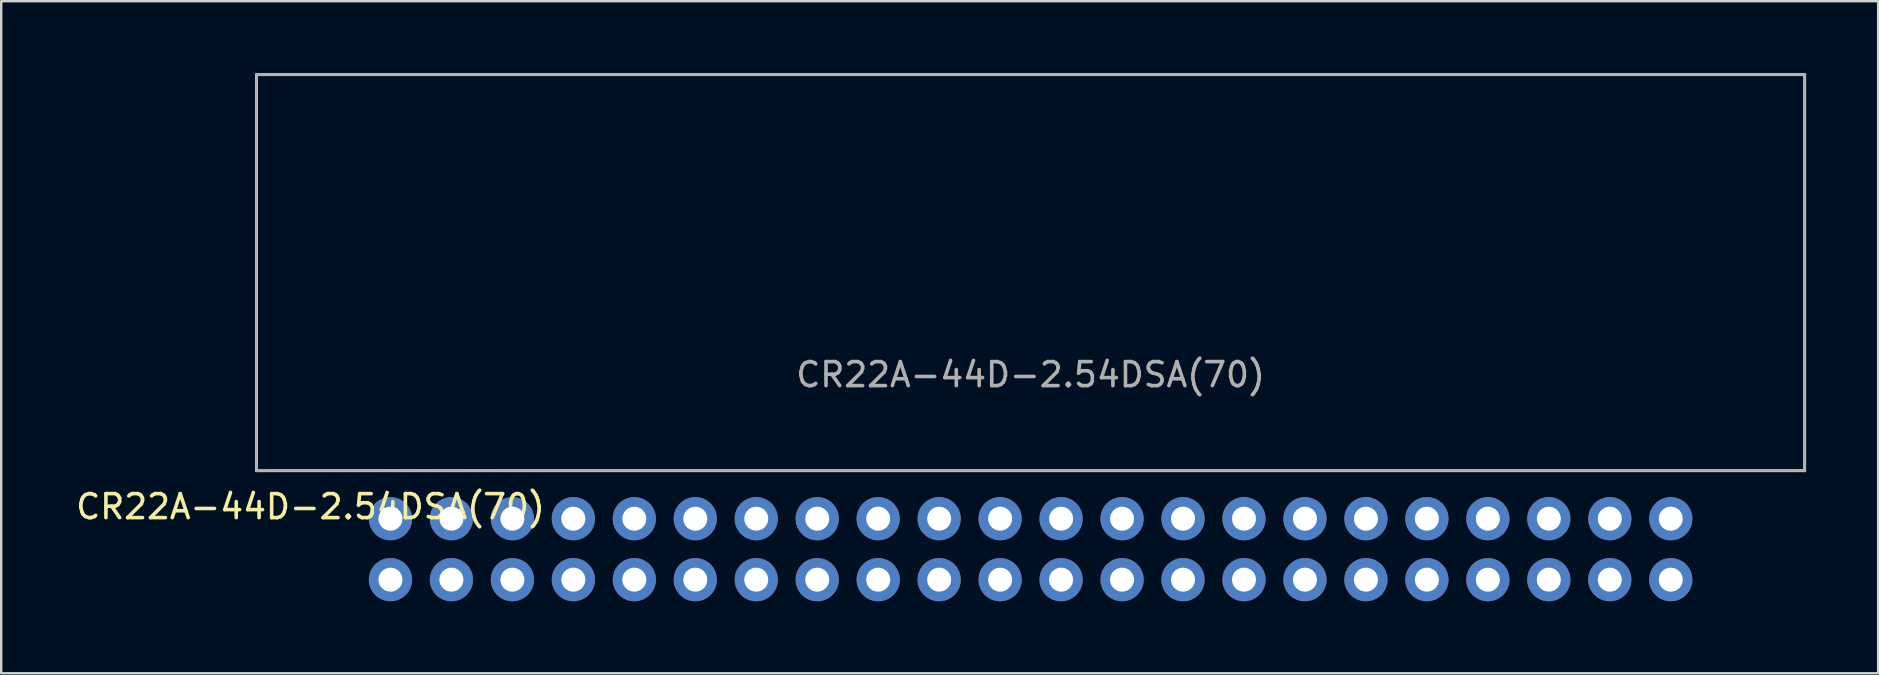
<source format=kicad_pcb>
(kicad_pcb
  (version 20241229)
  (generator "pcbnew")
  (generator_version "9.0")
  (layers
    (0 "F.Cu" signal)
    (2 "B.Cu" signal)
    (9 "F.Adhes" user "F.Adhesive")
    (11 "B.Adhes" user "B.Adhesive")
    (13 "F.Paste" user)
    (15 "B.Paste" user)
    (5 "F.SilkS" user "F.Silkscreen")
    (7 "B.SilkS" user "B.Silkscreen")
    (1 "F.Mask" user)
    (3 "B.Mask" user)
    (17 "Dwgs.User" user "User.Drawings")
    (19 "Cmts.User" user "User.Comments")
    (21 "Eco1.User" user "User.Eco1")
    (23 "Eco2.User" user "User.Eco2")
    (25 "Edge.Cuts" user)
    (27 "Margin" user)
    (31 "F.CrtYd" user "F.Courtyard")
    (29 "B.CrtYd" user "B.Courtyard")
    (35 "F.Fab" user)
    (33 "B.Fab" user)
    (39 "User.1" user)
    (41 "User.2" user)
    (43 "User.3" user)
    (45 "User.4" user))
  (footprint "CR22A-44D-2.54DSA(70)"
    (layer "F.Cu")
    (at 39.887 18.56)
    (property "Reference" "CR22A-44D-2.54DSA(70)" (at -30 -0.5 0) (unlocked yes) (layer "F.SilkS") (effects (font (size 1 1) (thickness 0.15))))
    (attr through_hole)
    (fp_line (start -32.25 -18.5) (end -32.25 -2) (stroke (width 0.12) (type solid)) (layer "F.SilkS"))
    (fp_line (start -32.25 -18.5) (end 32.25 -18.5) (stroke (width 0.12) (type solid)) (layer "F.SilkS"))
    (fp_line (start -32.25 -2) (end 32.25 -2) (stroke (width 0.12) (type solid)) (layer "F.SilkS"))
    (fp_line (start 32.25 -18.5) (end 32.25 -2) (stroke (width 0.12) (type solid)) (layer "F.SilkS"))
    (fp_line (start -32.25 -18.5) (end 32.25 -18.5) (stroke (width 0.1) (type solid)) (layer "F.Fab"))
    (fp_line (start -32.25 -2) (end -32.25 -18.5) (stroke (width 0.1) (type solid)) (layer "F.Fab"))
    (fp_line (start 32.25 -18.5) (end 32.25 -2) (stroke (width 0.1) (type solid)) (layer "F.Fab"))
    (fp_line (start 32.25 -2) (end -32.25 -2) (stroke (width 0.1) (type solid)) (layer "F.Fab"))
    (fp_text user "${REFERENCE}" (at 0 -6 0) (unlocked yes) (layer "F.Fab") (effects (font (size 1 1) (thickness 0.15))))
    (pad "1" thru_hole circle (at -26.67 2.54) (size 1.8 1.8) (drill 1) (layers "*.Cu" "*.Mask"))
    (pad "2" thru_hole circle (at -26.67 0) (size 1.8 1.8) (drill 1) (layers "*.Cu" "*.Mask"))
    (pad "3" thru_hole circle (at -24.13 2.54) (size 1.8 1.8) (drill 1) (layers "*.Cu" "*.Mask"))
    (pad "4" thru_hole circle (at -24.13 0) (size 1.8 1.8) (drill 1) (layers "*.Cu" "*.Mask"))
    (pad "5" thru_hole circle (at -21.59 2.54) (size 1.8 1.8) (drill 1) (layers "*.Cu" "*.Mask"))
    (pad "6" thru_hole circle (at -21.59 0) (size 1.8 1.8) (drill 1) (layers "*.Cu" "*.Mask"))
    (pad "7" thru_hole circle (at -19.05 2.54) (size 1.8 1.8) (drill 1) (layers "*.Cu" "*.Mask"))
    (pad "8" thru_hole circle (at -19.05 0) (size 1.8 1.8) (drill 1) (layers "*.Cu" "*.Mask"))
    (pad "9" thru_hole circle (at -16.51 2.54) (size 1.8 1.8) (drill 1) (layers "*.Cu" "*.Mask"))
    (pad "10" thru_hole circle (at -16.51 0) (size 1.8 1.8) (drill 1) (layers "*.Cu" "*.Mask"))
    (pad "11" thru_hole circle (at -13.97 2.54) (size 1.8 1.8) (drill 1) (layers "*.Cu" "*.Mask"))
    (pad "12" thru_hole circle (at -13.97 0) (size 1.8 1.8) (drill 1) (layers "*.Cu" "*.Mask"))
    (pad "13" thru_hole circle (at -11.43 2.54) (size 1.8 1.8) (drill 1) (layers "*.Cu" "*.Mask"))
    (pad "14" thru_hole circle (at -11.43 0) (size 1.8 1.8) (drill 1) (layers "*.Cu" "*.Mask"))
    (pad "15" thru_hole circle (at -8.89 2.54) (size 1.8 1.8) (drill 1) (layers "*.Cu" "*.Mask"))
    (pad "16" thru_hole circle (at -8.89 0) (size 1.8 1.8) (drill 1) (layers "*.Cu" "*.Mask"))
    (pad "17" thru_hole circle (at -6.35 2.54) (size 1.8 1.8) (drill 1) (layers "*.Cu" "*.Mask"))
    (pad "18" thru_hole circle (at -6.35 0) (size 1.8 1.8) (drill 1) (layers "*.Cu" "*.Mask"))
    (pad "19" thru_hole circle (at -3.81 2.54) (size 1.8 1.8) (drill 1) (layers "*.Cu" "*.Mask"))
    (pad "20" thru_hole circle (at -3.81 0) (size 1.8 1.8) (drill 1) (layers "*.Cu" "*.Mask"))
    (pad "21" thru_hole circle (at -1.27 2.54) (size 1.8 1.8) (drill 1) (layers "*.Cu" "*.Mask"))
    (pad "22" thru_hole circle (at -1.27 0) (size 1.8 1.8) (drill 1) (layers "*.Cu" "*.Mask"))
    (pad "23" thru_hole circle (at 1.27 2.54) (size 1.8 1.8) (drill 1) (layers "*.Cu" "*.Mask"))
    (pad "24" thru_hole circle (at 1.27 0) (size 1.8 1.8) (drill 1) (layers "*.Cu" "*.Mask"))
    (pad "25" thru_hole circle (at 3.81 2.54) (size 1.8 1.8) (drill 1) (layers "*.Cu" "*.Mask"))
    (pad "26" thru_hole circle (at 3.81 0) (size 1.8 1.8) (drill 1) (layers "*.Cu" "*.Mask"))
    (pad "27" thru_hole circle (at 6.35 2.54) (size 1.8 1.8) (drill 1) (layers "*.Cu" "*.Mask"))
    (pad "28" thru_hole circle (at 6.35 0) (size 1.8 1.8) (drill 1) (layers "*.Cu" "*.Mask"))
    (pad "29" thru_hole circle (at 8.89 2.54) (size 1.8 1.8) (drill 1) (layers "*.Cu" "*.Mask"))
    (pad "30" thru_hole circle (at 8.89 0) (size 1.8 1.8) (drill 1) (layers "*.Cu" "*.Mask"))
    (pad "31" thru_hole circle (at 11.43 2.54) (size 1.8 1.8) (drill 1) (layers "*.Cu" "*.Mask"))
    (pad "32" thru_hole circle (at 11.43 0) (size 1.8 1.8) (drill 1) (layers "*.Cu" "*.Mask"))
    (pad "33" thru_hole circle (at 13.97 2.54) (size 1.8 1.8) (drill 1) (layers "*.Cu" "*.Mask"))
    (pad "34" thru_hole circle (at 13.97 0) (size 1.8 1.8) (drill 1) (layers "*.Cu" "*.Mask"))
    (pad "35" thru_hole circle (at 16.51 2.54) (size 1.8 1.8) (drill 1) (layers "*.Cu" "*.Mask"))
    (pad "36" thru_hole circle (at 16.51 0) (size 1.8 1.8) (drill 1) (layers "*.Cu" "*.Mask"))
    (pad "37" thru_hole circle (at 19.05 2.54) (size 1.8 1.8) (drill 1) (layers "*.Cu" "*.Mask"))
    (pad "38" thru_hole circle (at 19.05 0) (size 1.8 1.8) (drill 1) (layers "*.Cu" "*.Mask"))
    (pad "39" thru_hole circle (at 21.59 2.54) (size 1.8 1.8) (drill 1) (layers "*.Cu" "*.Mask"))
    (pad "40" thru_hole circle (at 21.59 0) (size 1.8 1.8) (drill 1) (layers "*.Cu" "*.Mask"))
    (pad "41" thru_hole circle (at 24.13 2.54) (size 1.8 1.8) (drill 1) (layers "*.Cu" "*.Mask"))
    (pad "42" thru_hole circle (at 24.13 0) (size 1.8 1.8) (drill 1) (layers "*.Cu" "*.Mask"))
    (pad "43" thru_hole circle (at 26.67 2.54) (size 1.8 1.8) (drill 1) (layers "*.Cu" "*.Mask"))
    (pad "44" thru_hole circle (at 26.67 0) (size 1.8 1.8) (drill 1) (layers "*.Cu" "*.Mask")))
  (gr_rect
    (start -3 -3)
    (end 75.197 25)
    (stroke (width 0.1) (type default))
    (fill no)
    (layer "Edge.Cuts")))
</source>
